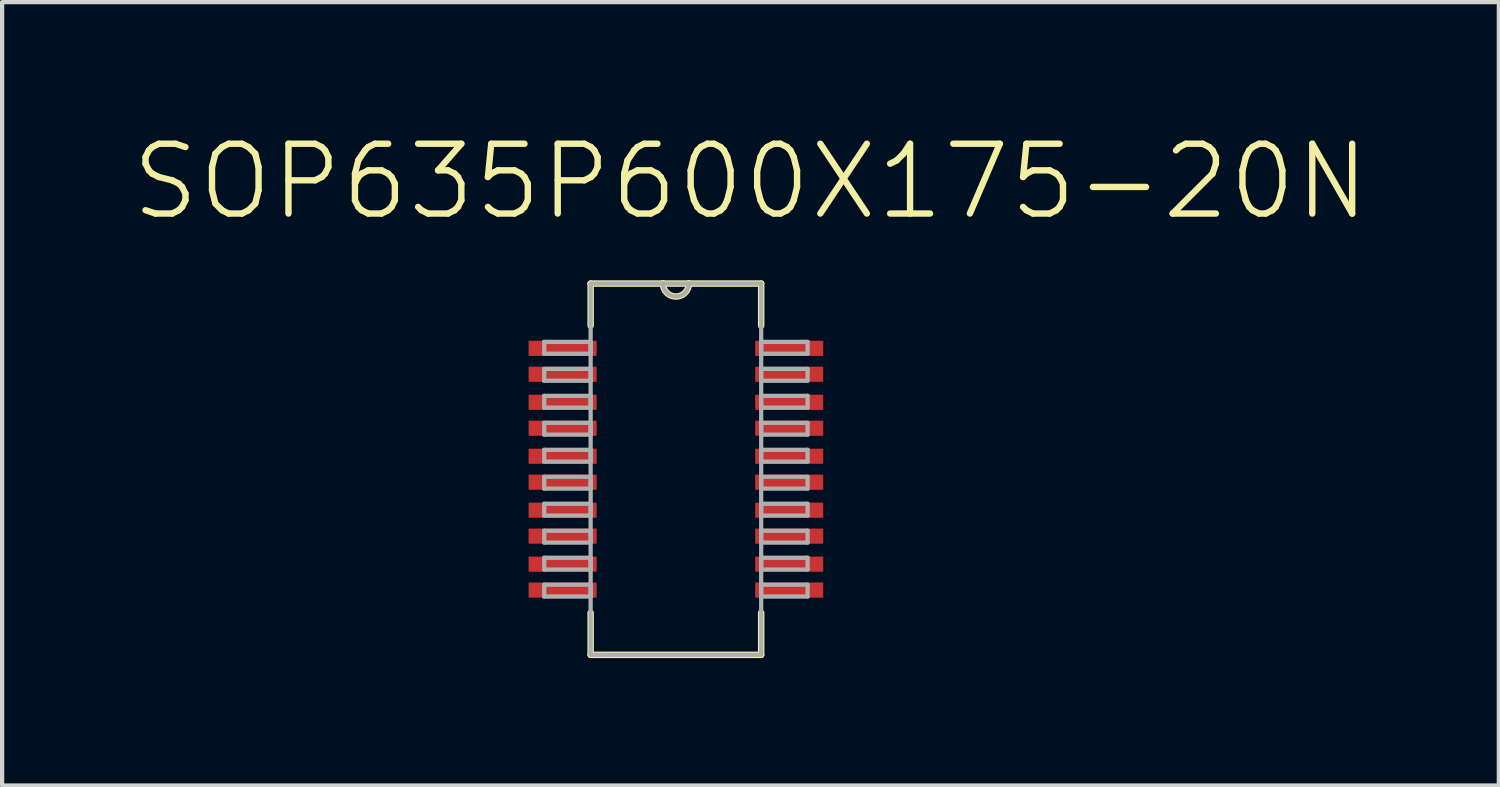
<source format=kicad_pcb>
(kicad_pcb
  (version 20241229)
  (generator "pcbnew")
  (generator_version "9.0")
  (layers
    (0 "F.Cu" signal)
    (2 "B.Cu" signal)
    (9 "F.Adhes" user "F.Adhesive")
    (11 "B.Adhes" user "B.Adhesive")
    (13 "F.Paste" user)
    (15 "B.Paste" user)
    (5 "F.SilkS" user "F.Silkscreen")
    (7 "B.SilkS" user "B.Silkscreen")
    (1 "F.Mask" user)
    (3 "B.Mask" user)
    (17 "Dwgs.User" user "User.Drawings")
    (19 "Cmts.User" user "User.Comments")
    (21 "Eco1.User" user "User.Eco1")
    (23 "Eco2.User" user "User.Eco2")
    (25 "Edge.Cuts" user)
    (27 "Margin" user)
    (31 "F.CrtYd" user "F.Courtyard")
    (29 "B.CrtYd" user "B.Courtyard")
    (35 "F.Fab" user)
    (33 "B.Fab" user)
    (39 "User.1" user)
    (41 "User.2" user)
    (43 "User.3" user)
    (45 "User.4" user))
  (footprint "SOP635P600X175-20N"
    (layer "F.Cu")
    (at 12.859 7.994)
    (property "Reference" "SOP635P600X175-20N" (at 1.756 -6.77 0) (layer "F.SilkS") (effects (font (size 1.643 1.643) (thickness 0.15))))
    (attr smd)
    (fp_line (start -2.007 -4.369) (end -2.007 -3.378) (stroke (width 0.152) (type solid)) (layer "F.SilkS"))
    (fp_line (start -2.007 3.378) (end -2.007 4.369) (stroke (width 0.152) (type solid)) (layer "F.SilkS"))
    (fp_line (start -2.007 4.369) (end 2.007 4.369) (stroke (width 0.152) (type solid)) (layer "F.SilkS"))
    (fp_line (start -0.305 -4.369) (end -2.007 -4.369) (stroke (width 0.152) (type solid)) (layer "F.SilkS"))
    (fp_line (start 0.305 -4.369) (end -0.305 -4.369) (stroke (width 0.152) (type solid)) (layer "F.SilkS"))
    (fp_line (start 2.007 -4.369) (end 0.305 -4.369) (stroke (width 0.152) (type solid)) (layer "F.SilkS"))
    (fp_line (start 2.007 -3.378) (end 2.007 -4.369) (stroke (width 0.152) (type solid)) (layer "F.SilkS"))
    (fp_line (start 2.007 4.369) (end 2.007 3.378) (stroke (width 0.152) (type solid)) (layer "F.SilkS"))
    (fp_arc (start 0.3048 -4.3688) (mid 0 -4.064) (end -0.3048 -4.3688) (stroke (width 0.1524) (type solid)) (layer "F.SilkS"))
    (fp_line (start -3.099 -2.997) (end -3.099 -2.718) (stroke (width 0.1) (type solid)) (layer "F.Fab"))
    (fp_line (start -3.099 -2.718) (end -2.007 -2.718) (stroke (width 0.1) (type solid)) (layer "F.Fab"))
    (fp_line (start -3.099 -2.362) (end -3.099 -2.083) (stroke (width 0.1) (type solid)) (layer "F.Fab"))
    (fp_line (start -3.099 -2.083) (end -2.007 -2.083) (stroke (width 0.1) (type solid)) (layer "F.Fab"))
    (fp_line (start -3.099 -1.727) (end -3.099 -1.448) (stroke (width 0.1) (type solid)) (layer "F.Fab"))
    (fp_line (start -3.099 -1.448) (end -2.007 -1.448) (stroke (width 0.1) (type solid)) (layer "F.Fab"))
    (fp_line (start -3.099 -1.092) (end -3.099 -0.813) (stroke (width 0.1) (type solid)) (layer "F.Fab"))
    (fp_line (start -3.099 -0.813) (end -2.007 -0.813) (stroke (width 0.1) (type solid)) (layer "F.Fab"))
    (fp_line (start -3.099 -0.457) (end -3.099 -0.178) (stroke (width 0.1) (type solid)) (layer "F.Fab"))
    (fp_line (start -3.099 -0.178) (end -2.007 -0.178) (stroke (width 0.1) (type solid)) (layer "F.Fab"))
    (fp_line (start -3.099 0.178) (end -3.099 0.457) (stroke (width 0.1) (type solid)) (layer "F.Fab"))
    (fp_line (start -3.099 0.457) (end -2.007 0.457) (stroke (width 0.1) (type solid)) (layer "F.Fab"))
    (fp_line (start -3.099 0.813) (end -3.099 1.092) (stroke (width 0.1) (type solid)) (layer "F.Fab"))
    (fp_line (start -3.099 1.092) (end -2.007 1.092) (stroke (width 0.1) (type solid)) (layer "F.Fab"))
    (fp_line (start -3.099 1.448) (end -3.099 1.727) (stroke (width 0.1) (type solid)) (layer "F.Fab"))
    (fp_line (start -3.099 1.727) (end -2.007 1.727) (stroke (width 0.1) (type solid)) (layer "F.Fab"))
    (fp_line (start -3.099 2.083) (end -3.099 2.362) (stroke (width 0.1) (type solid)) (layer "F.Fab"))
    (fp_line (start -3.099 2.362) (end -2.007 2.362) (stroke (width 0.1) (type solid)) (layer "F.Fab"))
    (fp_line (start -3.099 2.718) (end -3.099 2.997) (stroke (width 0.1) (type solid)) (layer "F.Fab"))
    (fp_line (start -3.099 2.997) (end -2.007 2.997) (stroke (width 0.1) (type solid)) (layer "F.Fab"))
    (fp_line (start -2.007 -4.369) (end -2.007 4.369) (stroke (width 0.1) (type solid)) (layer "F.Fab"))
    (fp_line (start -2.007 -2.997) (end -3.099 -2.997) (stroke (width 0.1) (type solid)) (layer "F.Fab"))
    (fp_line (start -2.007 -2.718) (end -2.007 -2.997) (stroke (width 0.1) (type solid)) (layer "F.Fab"))
    (fp_line (start -2.007 -2.362) (end -3.099 -2.362) (stroke (width 0.1) (type solid)) (layer "F.Fab"))
    (fp_line (start -2.007 -2.083) (end -2.007 -2.362) (stroke (width 0.1) (type solid)) (layer "F.Fab"))
    (fp_line (start -2.007 -1.727) (end -3.099 -1.727) (stroke (width 0.1) (type solid)) (layer "F.Fab"))
    (fp_line (start -2.007 -1.448) (end -2.007 -1.727) (stroke (width 0.1) (type solid)) (layer "F.Fab"))
    (fp_line (start -2.007 -1.092) (end -3.099 -1.092) (stroke (width 0.1) (type solid)) (layer "F.Fab"))
    (fp_line (start -2.007 -0.813) (end -2.007 -1.092) (stroke (width 0.1) (type solid)) (layer "F.Fab"))
    (fp_line (start -2.007 -0.457) (end -3.099 -0.457) (stroke (width 0.1) (type solid)) (layer "F.Fab"))
    (fp_line (start -2.007 -0.178) (end -2.007 -0.457) (stroke (width 0.1) (type solid)) (layer "F.Fab"))
    (fp_line (start -2.007 0.178) (end -3.099 0.178) (stroke (width 0.1) (type solid)) (layer "F.Fab"))
    (fp_line (start -2.007 0.457) (end -2.007 0.178) (stroke (width 0.1) (type solid)) (layer "F.Fab"))
    (fp_line (start -2.007 0.813) (end -3.099 0.813) (stroke (width 0.1) (type solid)) (layer "F.Fab"))
    (fp_line (start -2.007 1.092) (end -2.007 0.813) (stroke (width 0.1) (type solid)) (layer "F.Fab"))
    (fp_line (start -2.007 1.448) (end -3.099 1.448) (stroke (width 0.1) (type solid)) (layer "F.Fab"))
    (fp_line (start -2.007 1.727) (end -2.007 1.448) (stroke (width 0.1) (type solid)) (layer "F.Fab"))
    (fp_line (start -2.007 2.083) (end -3.099 2.083) (stroke (width 0.1) (type solid)) (layer "F.Fab"))
    (fp_line (start -2.007 2.362) (end -2.007 2.083) (stroke (width 0.1) (type solid)) (layer "F.Fab"))
    (fp_line (start -2.007 2.718) (end -3.099 2.718) (stroke (width 0.1) (type solid)) (layer "F.Fab"))
    (fp_line (start -2.007 2.997) (end -2.007 2.718) (stroke (width 0.1) (type solid)) (layer "F.Fab"))
    (fp_line (start -2.007 4.369) (end 2.007 4.369) (stroke (width 0.1) (type solid)) (layer "F.Fab"))
    (fp_line (start -0.305 -4.369) (end -2.007 -4.369) (stroke (width 0.1) (type solid)) (layer "F.Fab"))
    (fp_line (start 0.305 -4.369) (end -0.305 -4.369) (stroke (width 0.1) (type solid)) (layer "F.Fab"))
    (fp_line (start 2.007 -4.369) (end 0.305 -4.369) (stroke (width 0.1) (type solid)) (layer "F.Fab"))
    (fp_line (start 2.007 -2.997) (end 2.007 -2.718) (stroke (width 0.1) (type solid)) (layer "F.Fab"))
    (fp_line (start 2.007 -2.718) (end 3.099 -2.718) (stroke (width 0.1) (type solid)) (layer "F.Fab"))
    (fp_line (start 2.007 -2.362) (end 2.007 -2.083) (stroke (width 0.1) (type solid)) (layer "F.Fab"))
    (fp_line (start 2.007 -2.083) (end 3.099 -2.083) (stroke (width 0.1) (type solid)) (layer "F.Fab"))
    (fp_line (start 2.007 -1.727) (end 2.007 -1.448) (stroke (width 0.1) (type solid)) (layer "F.Fab"))
    (fp_line (start 2.007 -1.448) (end 3.099 -1.448) (stroke (width 0.1) (type solid)) (layer "F.Fab"))
    (fp_line (start 2.007 -1.092) (end 2.007 -0.813) (stroke (width 0.1) (type solid)) (layer "F.Fab"))
    (fp_line (start 2.007 -0.813) (end 3.099 -0.813) (stroke (width 0.1) (type solid)) (layer "F.Fab"))
    (fp_line (start 2.007 -0.457) (end 2.007 -0.178) (stroke (width 0.1) (type solid)) (layer "F.Fab"))
    (fp_line (start 2.007 -0.178) (end 3.099 -0.178) (stroke (width 0.1) (type solid)) (layer "F.Fab"))
    (fp_line (start 2.007 0.178) (end 2.007 0.457) (stroke (width 0.1) (type solid)) (layer "F.Fab"))
    (fp_line (start 2.007 0.457) (end 3.099 0.457) (stroke (width 0.1) (type solid)) (layer "F.Fab"))
    (fp_line (start 2.007 0.813) (end 2.007 1.092) (stroke (width 0.1) (type solid)) (layer "F.Fab"))
    (fp_line (start 2.007 1.092) (end 3.099 1.092) (stroke (width 0.1) (type solid)) (layer "F.Fab"))
    (fp_line (start 2.007 1.448) (end 2.007 1.727) (stroke (width 0.1) (type solid)) (layer "F.Fab"))
    (fp_line (start 2.007 1.727) (end 3.099 1.727) (stroke (width 0.1) (type solid)) (layer "F.Fab"))
    (fp_line (start 2.007 2.083) (end 2.007 2.362) (stroke (width 0.1) (type solid)) (layer "F.Fab"))
    (fp_line (start 2.007 2.362) (end 3.099 2.362) (stroke (width 0.1) (type solid)) (layer "F.Fab"))
    (fp_line (start 2.007 2.718) (end 2.007 2.997) (stroke (width 0.1) (type solid)) (layer "F.Fab"))
    (fp_line (start 2.007 2.997) (end 3.099 2.997) (stroke (width 0.1) (type solid)) (layer "F.Fab"))
    (fp_line (start 2.007 4.369) (end 2.007 -4.369) (stroke (width 0.1) (type solid)) (layer "F.Fab"))
    (fp_line (start 3.099 -2.997) (end 2.007 -2.997) (stroke (width 0.1) (type solid)) (layer "F.Fab"))
    (fp_line (start 3.099 -2.718) (end 3.099 -2.997) (stroke (width 0.1) (type solid)) (layer "F.Fab"))
    (fp_line (start 3.099 -2.362) (end 2.007 -2.362) (stroke (width 0.1) (type solid)) (layer "F.Fab"))
    (fp_line (start 3.099 -2.083) (end 3.099 -2.362) (stroke (width 0.1) (type solid)) (layer "F.Fab"))
    (fp_line (start 3.099 -1.727) (end 2.007 -1.727) (stroke (width 0.1) (type solid)) (layer "F.Fab"))
    (fp_line (start 3.099 -1.448) (end 3.099 -1.727) (stroke (width 0.1) (type solid)) (layer "F.Fab"))
    (fp_line (start 3.099 -1.092) (end 2.007 -1.092) (stroke (width 0.1) (type solid)) (layer "F.Fab"))
    (fp_line (start 3.099 -0.813) (end 3.099 -1.092) (stroke (width 0.1) (type solid)) (layer "F.Fab"))
    (fp_line (start 3.099 -0.457) (end 2.007 -0.457) (stroke (width 0.1) (type solid)) (layer "F.Fab"))
    (fp_line (start 3.099 -0.178) (end 3.099 -0.457) (stroke (width 0.1) (type solid)) (layer "F.Fab"))
    (fp_line (start 3.099 0.178) (end 2.007 0.178) (stroke (width 0.1) (type solid)) (layer "F.Fab"))
    (fp_line (start 3.099 0.457) (end 3.099 0.178) (stroke (width 0.1) (type solid)) (layer "F.Fab"))
    (fp_line (start 3.099 0.813) (end 2.007 0.813) (stroke (width 0.1) (type solid)) (layer "F.Fab"))
    (fp_line (start 3.099 1.092) (end 3.099 0.813) (stroke (width 0.1) (type solid)) (layer "F.Fab"))
    (fp_line (start 3.099 1.448) (end 2.007 1.448) (stroke (width 0.1) (type solid)) (layer "F.Fab"))
    (fp_line (start 3.099 1.727) (end 3.099 1.448) (stroke (width 0.1) (type solid)) (layer "F.Fab"))
    (fp_line (start 3.099 2.083) (end 2.007 2.083) (stroke (width 0.1) (type solid)) (layer "F.Fab"))
    (fp_line (start 3.099 2.362) (end 3.099 2.083) (stroke (width 0.1) (type solid)) (layer "F.Fab"))
    (fp_line (start 3.099 2.718) (end 2.007 2.718) (stroke (width 0.1) (type solid)) (layer "F.Fab"))
    (fp_line (start 3.099 2.997) (end 3.099 2.718) (stroke (width 0.1) (type solid)) (layer "F.Fab"))
    (fp_arc (start 0.3048 -4.3688) (mid 0 -4.064) (end -0.3048 -4.3688) (stroke (width 0.1) (type solid)) (layer "F.Fab"))
    (pad "1" smd rect (at -2.667 -2.845) (size 1.6 0.356) (layers "F.Cu" "F.Mask" "F.Paste"))
    (pad "2" smd rect (at -2.667 -2.235) (size 1.6 0.356) (layers "F.Cu" "F.Mask" "F.Paste"))
    (pad "3" smd rect (at -2.667 -1.575) (size 1.6 0.356) (layers "F.Cu" "F.Mask" "F.Paste"))
    (pad "4" smd rect (at -2.667 -0.965) (size 1.6 0.356) (layers "F.Cu" "F.Mask" "F.Paste"))
    (pad "5" smd rect (at -2.667 -0.305) (size 1.6 0.356) (layers "F.Cu" "F.Mask" "F.Paste"))
    (pad "6" smd rect (at -2.667 0.305) (size 1.6 0.356) (layers "F.Cu" "F.Mask" "F.Paste"))
    (pad "7" smd rect (at -2.667 0.965) (size 1.6 0.356) (layers "F.Cu" "F.Mask" "F.Paste"))
    (pad "8" smd rect (at -2.667 1.575) (size 1.6 0.356) (layers "F.Cu" "F.Mask" "F.Paste"))
    (pad "9" smd rect (at -2.667 2.235) (size 1.6 0.356) (layers "F.Cu" "F.Mask" "F.Paste"))
    (pad "10" smd rect (at -2.667 2.845) (size 1.6 0.356) (layers "F.Cu" "F.Mask" "F.Paste"))
    (pad "11" smd rect (at 2.667 2.845) (size 1.6 0.356) (layers "F.Cu" "F.Mask" "F.Paste"))
    (pad "12" smd rect (at 2.667 2.235) (size 1.6 0.356) (layers "F.Cu" "F.Mask" "F.Paste"))
    (pad "13" smd rect (at 2.667 1.575) (size 1.6 0.356) (layers "F.Cu" "F.Mask" "F.Paste"))
    (pad "14" smd rect (at 2.667 0.965) (size 1.6 0.356) (layers "F.Cu" "F.Mask" "F.Paste"))
    (pad "15" smd rect (at 2.667 0.305) (size 1.6 0.356) (layers "F.Cu" "F.Mask" "F.Paste"))
    (pad "16" smd rect (at 2.667 -0.305) (size 1.6 0.356) (layers "F.Cu" "F.Mask" "F.Paste"))
    (pad "17" smd rect (at 2.667 -0.965) (size 1.6 0.356) (layers "F.Cu" "F.Mask" "F.Paste"))
    (pad "18" smd rect (at 2.667 -1.575) (size 1.6 0.356) (layers "F.Cu" "F.Mask" "F.Paste"))
    (pad "19" smd rect (at 2.667 -2.235) (size 1.6 0.356) (layers "F.Cu" "F.Mask" "F.Paste"))
    (pad "20" smd rect (at 2.667 -2.845) (size 1.6 0.356) (layers "F.Cu" "F.Mask" "F.Paste")))
  (gr_rect
    (start -3 -3)
    (end 32.229 15.439)
    (stroke (width 0.1) (type default))
    (fill no)
    (layer "Edge.Cuts")))
</source>
